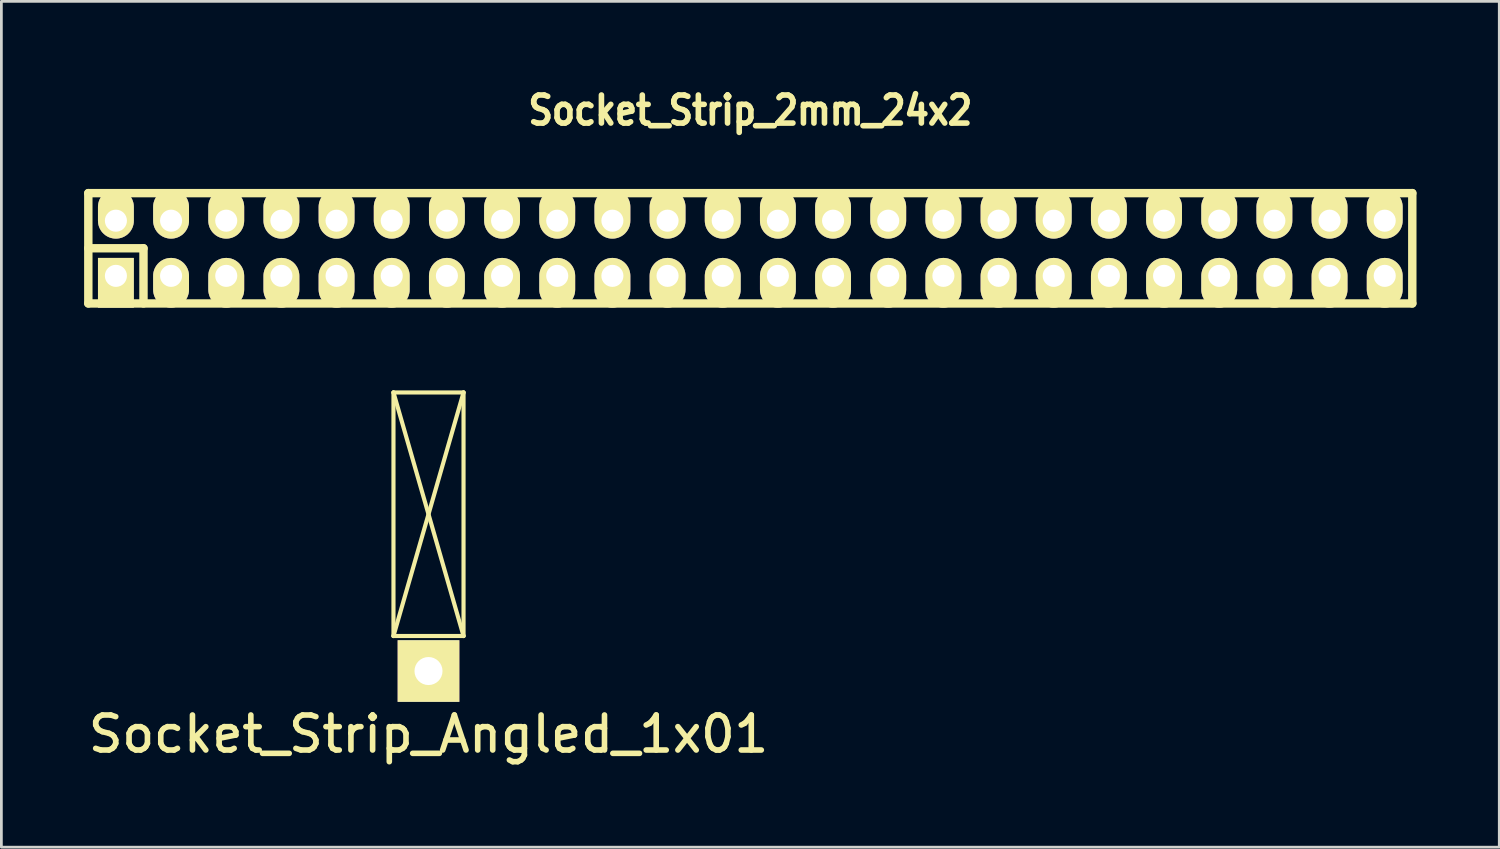
<source format=kicad_pcb>
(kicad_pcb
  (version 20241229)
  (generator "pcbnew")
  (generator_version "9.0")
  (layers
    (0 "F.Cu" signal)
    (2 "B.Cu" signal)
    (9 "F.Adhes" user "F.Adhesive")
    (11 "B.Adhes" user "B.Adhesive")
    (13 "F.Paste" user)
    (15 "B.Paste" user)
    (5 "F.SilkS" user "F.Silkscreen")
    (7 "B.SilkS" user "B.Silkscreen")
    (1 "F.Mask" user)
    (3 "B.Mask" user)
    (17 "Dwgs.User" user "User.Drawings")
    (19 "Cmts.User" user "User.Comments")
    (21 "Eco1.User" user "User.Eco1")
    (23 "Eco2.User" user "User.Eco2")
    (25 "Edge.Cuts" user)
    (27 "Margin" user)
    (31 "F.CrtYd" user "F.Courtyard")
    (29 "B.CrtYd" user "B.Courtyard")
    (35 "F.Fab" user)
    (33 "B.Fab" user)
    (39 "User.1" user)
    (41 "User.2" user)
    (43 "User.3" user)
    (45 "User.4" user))
  (footprint "Socket_Strip_Angled_1x01"
    (layer "F.Cu")
    (at 12.485 21.278)
    (property "Reference" "Socket_Strip_Angled_1x01" (at 0 2.286 0) (layer "F.SilkS") (effects (font (size 1.27 1.27) (thickness 0.203))))
    (attr through_hole)
    (fp_line (start -1.27 -10.1) (end 1.27 -10.1) (stroke (width 0.15) (type solid)) (layer "F.SilkS"))
    (fp_line (start -1.27 -10.1) (end 1.27 -1.27) (stroke (width 0.15) (type solid)) (layer "F.SilkS"))
    (fp_line (start -1.27 -1.27) (end -1.27 -10.1) (stroke (width 0.15) (type solid)) (layer "F.SilkS"))
    (fp_line (start -1.27 -1.27) (end 1.27 -10.1) (stroke (width 0.15) (type solid)) (layer "F.SilkS"))
    (fp_line (start -1.27 -1.27) (end 1.27 -1.27) (stroke (width 0.15) (type solid)) (layer "F.SilkS"))
    (fp_line (start 1.27 -10.1) (end 1.27 -1.27) (stroke (width 0.15) (type solid)) (layer "F.SilkS"))
    (pad "1" thru_hole rect (at 0 0) (size 2.235 2.235) (drill 1.016) (layers "*.Cu" "*.Mask" "F.SilkS")))
  (footprint "Socket_Strip_2mm_24x2"
    (layer "F.Cu")
    (at 24.152 5.951)
    (property "Reference" "Socket_Strip_2mm_24x2" (at 0 -5 0) (layer "F.SilkS") (effects (font (size 1.016 0.889) (thickness 0.203))))
    (attr through_hole)
    (fp_line (start -24 -2) (end 24 -2) (stroke (width 0.305) (type solid)) (layer "F.SilkS"))
    (fp_line (start -24 0) (end -22 0) (stroke (width 0.305) (type solid)) (layer "F.SilkS"))
    (fp_line (start -24 2) (end -24 -2) (stroke (width 0.305) (type solid)) (layer "F.SilkS"))
    (fp_line (start -22 0) (end -22 2) (stroke (width 0.305) (type solid)) (layer "F.SilkS"))
    (fp_line (start 24 -2) (end 24 2) (stroke (width 0.305) (type solid)) (layer "F.SilkS"))
    (fp_line (start 24 2) (end -24 2) (stroke (width 0.305) (type solid)) (layer "F.SilkS"))
    (pad "1" thru_hole rect (at -23 1) (size 1.3 1.8) (drill 0.8 (offset 0 0.25)) (layers "*.Cu" "*.Mask" "F.SilkS"))
    (pad "2" thru_hole oval (at -23 -1) (size 1.3 1.8) (drill 0.8 (offset 0 -0.25)) (layers "*.Cu" "*.Mask" "F.SilkS"))
    (pad "3" thru_hole oval (at -21 1) (size 1.3 1.8) (drill 0.8 (offset 0 0.25)) (layers "*.Cu" "*.Mask" "F.SilkS"))
    (pad "4" thru_hole oval (at -21 -1) (size 1.3 1.8) (drill 0.8 (offset 0 -0.25)) (layers "*.Cu" "*.Mask" "F.SilkS"))
    (pad "5" thru_hole oval (at -19 1) (size 1.3 1.8) (drill 0.8 (offset 0 0.25)) (layers "*.Cu" "*.Mask" "F.SilkS"))
    (pad "6" thru_hole oval (at -19 -1) (size 1.3 1.8) (drill 0.8 (offset 0 -0.25)) (layers "*.Cu" "*.Mask" "F.SilkS"))
    (pad "7" thru_hole oval (at -17 1) (size 1.3 1.8) (drill 0.8 (offset 0 0.25)) (layers "*.Cu" "*.Mask" "F.SilkS"))
    (pad "8" thru_hole oval (at -17 -1) (size 1.3 1.8) (drill 0.8 (offset 0 -0.25)) (layers "*.Cu" "*.Mask" "F.SilkS"))
    (pad "9" thru_hole oval (at -15 1) (size 1.3 1.8) (drill 0.8 (offset 0 0.25)) (layers "*.Cu" "*.Mask" "F.SilkS"))
    (pad "10" thru_hole oval (at -15 -1) (size 1.3 1.8) (drill 0.8 (offset 0 -0.25)) (layers "*.Cu" "*.Mask" "F.SilkS"))
    (pad "11" thru_hole oval (at -13 1) (size 1.3 1.8) (drill 0.8 (offset 0 0.25)) (layers "*.Cu" "*.Mask" "F.SilkS"))
    (pad "12" thru_hole oval (at -13 -1) (size 1.3 1.8) (drill 0.8 (offset 0 -0.25)) (layers "*.Cu" "*.Mask" "F.SilkS"))
    (pad "13" thru_hole oval (at -11 1) (size 1.3 1.8) (drill 0.8 (offset 0 0.25)) (layers "*.Cu" "*.Mask" "F.SilkS"))
    (pad "14" thru_hole oval (at -11 -1) (size 1.3 1.8) (drill 0.8 (offset 0 -0.25)) (layers "*.Cu" "*.Mask" "F.SilkS"))
    (pad "15" thru_hole oval (at -9 1) (size 1.3 1.8) (drill 0.8 (offset 0 0.25)) (layers "*.Cu" "*.Mask" "F.SilkS"))
    (pad "16" thru_hole oval (at -9 -1) (size 1.3 1.8) (drill 0.8 (offset 0 -0.25)) (layers "*.Cu" "*.Mask" "F.SilkS"))
    (pad "17" thru_hole oval (at -7 1) (size 1.3 1.8) (drill 0.8 (offset 0 0.25)) (layers "*.Cu" "*.Mask" "F.SilkS"))
    (pad "18" thru_hole oval (at -7 -1) (size 1.3 1.8) (drill 0.8 (offset 0 -0.25)) (layers "*.Cu" "*.Mask" "F.SilkS"))
    (pad "19" thru_hole oval (at -5 1) (size 1.3 1.8) (drill 0.8 (offset 0 0.25)) (layers "*.Cu" "*.Mask" "F.SilkS"))
    (pad "20" thru_hole oval (at -5 -1) (size 1.3 1.8) (drill 0.8 (offset 0 -0.25)) (layers "*.Cu" "*.Mask" "F.SilkS"))
    (pad "21" thru_hole oval (at -3 1) (size 1.3 1.8) (drill 0.8 (offset 0 0.25)) (layers "*.Cu" "*.Mask" "F.SilkS"))
    (pad "22" thru_hole oval (at -3 -1) (size 1.3 1.8) (drill 0.8 (offset 0 -0.25)) (layers "*.Cu" "*.Mask" "F.SilkS"))
    (pad "23" thru_hole oval (at -1 1) (size 1.3 1.8) (drill 0.8 (offset 0 0.25)) (layers "*.Cu" "*.Mask" "F.SilkS"))
    (pad "24" thru_hole oval (at -1 -1) (size 1.3 1.8) (drill 0.8 (offset 0 -0.25)) (layers "*.Cu" "*.Mask" "F.SilkS"))
    (pad "25" thru_hole oval (at 1 1) (size 1.3 1.8) (drill 0.8 (offset 0 0.25)) (layers "*.Cu" "*.Mask" "F.SilkS"))
    (pad "26" thru_hole oval (at 1 -1) (size 1.3 1.8) (drill 0.8 (offset 0 -0.25)) (layers "*.Cu" "*.Mask" "F.SilkS"))
    (pad "27" thru_hole oval (at 3 1) (size 1.3 1.8) (drill 0.8 (offset 0 0.25)) (layers "*.Cu" "*.Mask" "F.SilkS"))
    (pad "28" thru_hole oval (at 3 -1) (size 1.3 1.8) (drill 0.8 (offset 0 -0.25)) (layers "*.Cu" "*.Mask" "F.SilkS"))
    (pad "29" thru_hole oval (at 5 1) (size 1.3 1.8) (drill 0.8 (offset 0 0.25)) (layers "*.Cu" "*.Mask" "F.SilkS"))
    (pad "30" thru_hole oval (at 5 -1) (size 1.3 1.8) (drill 0.8 (offset 0 -0.25)) (layers "*.Cu" "*.Mask" "F.SilkS"))
    (pad "31" thru_hole oval (at 7 1) (size 1.3 1.8) (drill 0.8 (offset 0 0.25)) (layers "*.Cu" "*.Mask" "F.SilkS"))
    (pad "32" thru_hole oval (at 7 -1) (size 1.3 1.8) (drill 0.8 (offset 0 -0.25)) (layers "*.Cu" "*.Mask" "F.SilkS"))
    (pad "33" thru_hole oval (at 9 1) (size 1.3 1.8) (drill 0.8 (offset 0 0.25)) (layers "*.Cu" "*.Mask" "F.SilkS"))
    (pad "34" thru_hole oval (at 9 -1) (size 1.3 1.8) (drill 0.8 (offset 0 -0.25)) (layers "*.Cu" "*.Mask" "F.SilkS"))
    (pad "35" thru_hole oval (at 11 1) (size 1.3 1.8) (drill 0.8 (offset 0 0.25)) (layers "*.Cu" "*.Mask" "F.SilkS"))
    (pad "36" thru_hole oval (at 11 -1) (size 1.3 1.8) (drill 0.8 (offset 0 -0.25)) (layers "*.Cu" "*.Mask" "F.SilkS"))
    (pad "37" thru_hole oval (at 13 1) (size 1.3 1.8) (drill 0.8 (offset 0 0.25)) (layers "*.Cu" "*.Mask" "F.SilkS"))
    (pad "38" thru_hole oval (at 13 -1) (size 1.3 1.8) (drill 0.8 (offset 0 -0.25)) (layers "*.Cu" "*.Mask" "F.SilkS"))
    (pad "39" thru_hole oval (at 15 1) (size 1.3 1.8) (drill 0.8 (offset 0 0.25)) (layers "*.Cu" "*.Mask" "F.SilkS"))
    (pad "40" thru_hole oval (at 15 -1) (size 1.3 1.8) (drill 0.8 (offset 0 -0.25)) (layers "*.Cu" "*.Mask" "F.SilkS"))
    (pad "41" thru_hole oval (at 17 1) (size 1.3 1.8) (drill 0.8 (offset 0 0.25)) (layers "*.Cu" "*.Mask" "F.SilkS"))
    (pad "42" thru_hole oval (at 17 -1) (size 1.3 1.8) (drill 0.8 (offset 0 -0.25)) (layers "*.Cu" "*.Mask" "F.SilkS"))
    (pad "43" thru_hole oval (at 19 1) (size 1.3 1.8) (drill 0.8 (offset 0 0.25)) (layers "*.Cu" "*.Mask" "F.SilkS"))
    (pad "44" thru_hole oval (at 19 -1) (size 1.3 1.8) (drill 0.8 (offset 0 -0.25)) (layers "*.Cu" "*.Mask" "F.SilkS"))
    (pad "45" thru_hole oval (at 21 1) (size 1.3 1.8) (drill 0.8 (offset 0 0.25)) (layers "*.Cu" "*.Mask" "F.SilkS"))
    (pad "46" thru_hole oval (at 21 -1) (size 1.3 1.8) (drill 0.8 (offset 0 -0.25)) (layers "*.Cu" "*.Mask" "F.SilkS"))
    (pad "47" thru_hole oval (at 23 1) (size 1.3 1.8) (drill 0.8 (offset 0 0.25)) (layers "*.Cu" "*.Mask" "F.SilkS"))
    (pad "48" thru_hole oval (at 23 -1) (size 1.3 1.8) (drill 0.8 (offset 0 -0.25)) (layers "*.Cu" "*.Mask" "F.SilkS")))
  (gr_rect
    (start -3 -3)
    (end 51.305 27.664)
    (stroke (width 0.1) (type default))
    (fill no)
    (layer "Edge.Cuts")))
</source>
